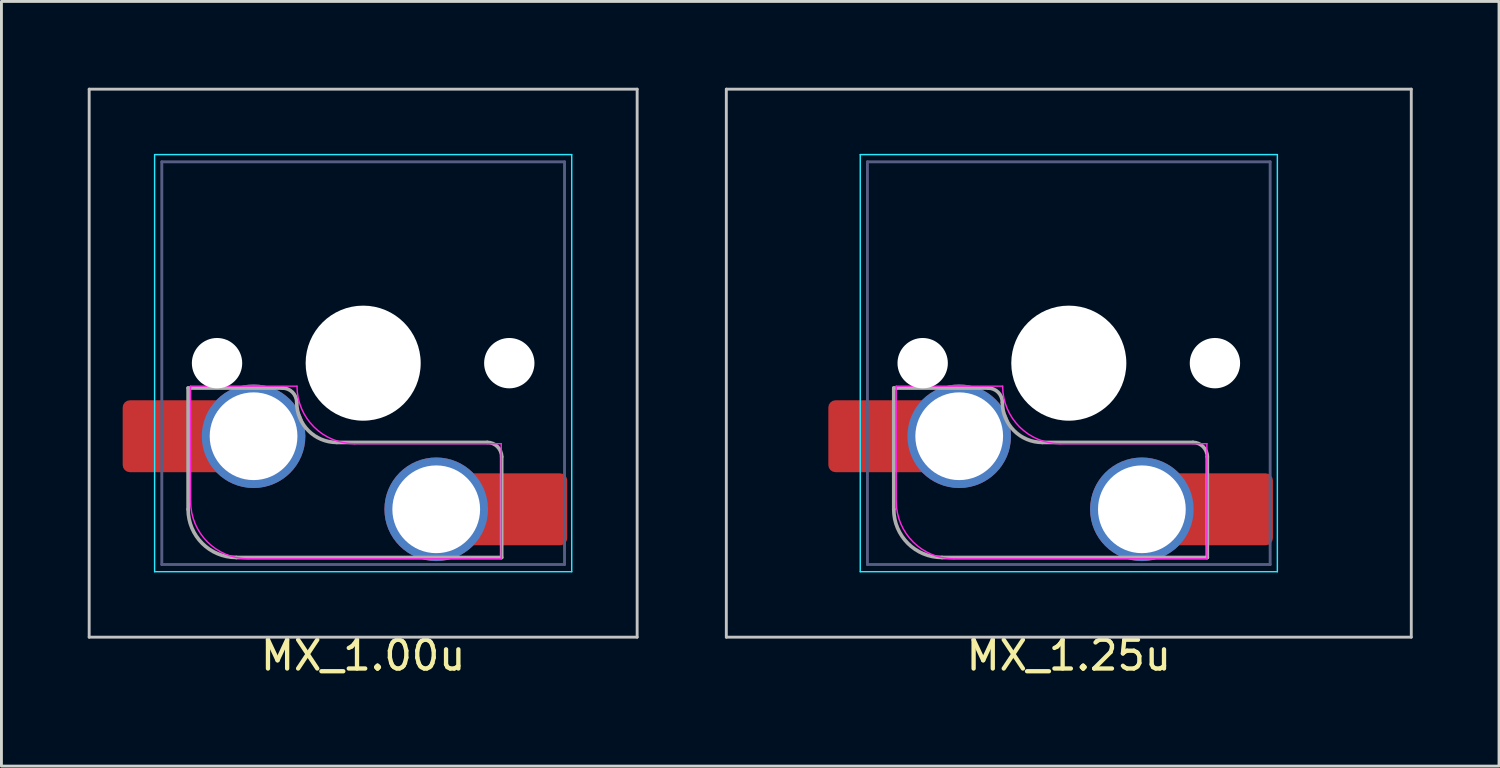
<source format=kicad_pcb>
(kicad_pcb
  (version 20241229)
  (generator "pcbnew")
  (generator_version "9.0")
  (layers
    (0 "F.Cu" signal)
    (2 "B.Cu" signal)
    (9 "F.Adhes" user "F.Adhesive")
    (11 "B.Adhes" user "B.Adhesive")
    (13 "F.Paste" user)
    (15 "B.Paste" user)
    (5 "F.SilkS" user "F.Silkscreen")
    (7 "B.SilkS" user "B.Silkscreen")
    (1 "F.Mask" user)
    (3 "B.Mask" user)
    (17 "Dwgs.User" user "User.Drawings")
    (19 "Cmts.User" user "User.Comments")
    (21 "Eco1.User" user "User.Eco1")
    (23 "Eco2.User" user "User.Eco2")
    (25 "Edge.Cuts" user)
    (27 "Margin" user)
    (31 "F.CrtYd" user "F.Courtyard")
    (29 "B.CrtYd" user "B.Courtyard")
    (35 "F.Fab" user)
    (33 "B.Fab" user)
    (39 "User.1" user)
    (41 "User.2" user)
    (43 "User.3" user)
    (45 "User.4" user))
  (footprint "MX_1.25u"
    (layer "F.Cu")
    (at 33.471 13.385)
    (property "Reference" "MX_1.25u" (at 0.635 6.35 0) (layer "F.SilkS") (effects (font (size 1 1) (thickness 0.15))))
    (attr smd)
    (fp_line (start -11.271 -13.335) (end -11.271 5.715) (stroke (width 0.1) (type solid)) (layer "Dwgs.User"))
    (fp_line (start -11.271 5.715) (end 12.541 5.715) (stroke (width 0.1) (type solid)) (layer "Dwgs.User"))
    (fp_line (start 12.541 -13.335) (end -11.271 -13.335) (stroke (width 0.1) (type solid)) (layer "Dwgs.User"))
    (fp_line (start 12.541 5.715) (end 12.541 -13.335) (stroke (width 0.1) (type solid)) (layer "Dwgs.User"))
    (fp_line (start -6.615 -11.06) (end -6.615 3.44) (stroke (width 0.05) (type solid)) (layer "B.CrtYd"))
    (fp_line (start -6.615 3.44) (end 7.885 3.44) (stroke (width 0.05) (type solid)) (layer "B.CrtYd"))
    (fp_line (start 7.885 -11.06) (end -6.615 -11.06) (stroke (width 0.05) (type solid)) (layer "B.CrtYd"))
    (fp_line (start 7.885 3.44) (end 7.885 -11.06) (stroke (width 0.05) (type solid)) (layer "B.CrtYd"))
    (fp_line (start -5.365 0.99) (end -5.365 -3.01) (stroke (width 0.05) (type solid)) (layer "F.CrtYd"))
    (fp_line (start -1.665 -3.01) (end -5.365 -3.01) (stroke (width 0.05) (type solid)) (layer "F.CrtYd"))
    (fp_line (start 5.435 -1.01) (end 0.335 -1.01) (stroke (width 0.05) (type solid)) (layer "F.CrtYd"))
    (fp_line (start 5.435 -1.01) (end 5.435 2.99) (stroke (width 0.05) (type solid)) (layer "F.CrtYd"))
    (fp_line (start 5.435 2.99) (end -3.365 2.99) (stroke (width 0.05) (type solid)) (layer "F.CrtYd"))
    (fp_arc (start -3.365 2.99) (mid -4.779214 2.404214) (end -5.365 0.99) (stroke (width 0.05) (type solid)) (layer "F.CrtYd"))
    (fp_arc (start 0.335 -1.01) (mid -1.079214 -1.595786) (end -1.665 -3.01) (stroke (width 0.05) (type solid)) (layer "F.CrtYd"))
    (fp_line (start -6.365 -10.81) (end -6.365 3.19) (stroke (width 0.1) (type solid)) (layer "B.Fab"))
    (fp_line (start -6.365 3.19) (end 7.635 3.19) (stroke (width 0.1) (type solid)) (layer "B.Fab"))
    (fp_line (start 7.635 -10.81) (end -6.365 -10.81) (stroke (width 0.1) (type solid)) (layer "B.Fab"))
    (fp_line (start 7.635 3.19) (end 7.635 -10.81) (stroke (width 0.1) (type solid)) (layer "B.Fab"))
    (fp_line (start -5.45 -2.945) (end -2.175 -2.945) (stroke (width 0.127) (type solid)) (layer "F.Fab"))
    (fp_line (start -5.45 1.27) (end -5.45 -2.945) (stroke (width 0.127) (type solid)) (layer "F.Fab"))
    (fp_line (start -0.285 -1.055) (end 4.95 -1.055) (stroke (width 0.127) (type solid)) (layer "F.Fab"))
    (fp_line (start 5.45 -0.555) (end 5.45 2.945) (stroke (width 0.127) (type solid)) (layer "F.Fab"))
    (fp_line (start 5.45 2.945) (end -3.775 2.945) (stroke (width 0.127) (type solid)) (layer "F.Fab"))
    (fp_arc (start -3.775 2.945) (mid -4.959404 2.454404) (end -5.45 1.27) (stroke (width 0.127) (type solid)) (layer "F.Fab"))
    (fp_arc (start -2.175 -2.945) (mid -1.821447 -2.798553) (end -1.675 -2.445) (stroke (width 0.127) (type solid)) (layer "F.Fab"))
    (fp_arc (start -0.285 -1.055) (mid -1.267878 -1.462122) (end -1.675 -2.445) (stroke (width 0.127) (type solid)) (layer "F.Fab"))
    (fp_arc (start 4.95 -1.055) (mid 5.303553 -0.908553) (end 5.45 -0.555) (stroke (width 0.127) (type solid)) (layer "F.Fab"))
    (pad "" np_thru_hole circle (at -4.445 -3.81 180) (size 1.75 1.75) (drill 1.75) (layers "*.Cu" "*.Mask"))
    (pad "" np_thru_hole circle (at 0.635 -3.81 180) (size 4 4) (drill 4) (layers "*.Cu" "*.Mask"))
    (pad "" np_thru_hole circle (at 5.715 -3.81 180) (size 1.75 1.75) (drill 1.75) (layers "*.Cu" "*.Mask"))
    (pad "1" smd roundrect (at -5.95 -1.27 180) (size 3.55 2.5) (layers "F.Cu") (roundrect_rratio 0.1))
    (pad "1" thru_hole circle (at -3.175 -1.27 180) (size 3.6 3.6) (drill 3.05) (layers "*.Cu" "*.Mask"))
    (pad "2" thru_hole circle (at 3.175 1.27 180) (size 3.6 3.6) (drill 3.05) (layers "*.Cu" "*.Mask"))
    (pad "2" smd roundrect (at 5.955 1.27 180) (size 3.55 2.5) (layers "F.Cu") (roundrect_rratio 0.1)))
  (footprint "MX_1.00u"
    (layer "F.Cu")
    (at 8.94 13.385)
    (property "Reference" "MX_1.00u" (at 0.635 6.35 0) (layer "F.SilkS") (effects (font (size 1 1) (thickness 0.15))))
    (attr smd)
    (fp_line (start -8.89 -13.335) (end -8.89 5.715) (stroke (width 0.1) (type solid)) (layer "Dwgs.User"))
    (fp_line (start -8.89 5.715) (end 10.16 5.715) (stroke (width 0.1) (type solid)) (layer "Dwgs.User"))
    (fp_line (start 10.16 -13.335) (end -8.89 -13.335) (stroke (width 0.1) (type solid)) (layer "Dwgs.User"))
    (fp_line (start 10.16 5.715) (end 10.16 -13.335) (stroke (width 0.1) (type solid)) (layer "Dwgs.User"))
    (fp_line (start -6.615 -11.06) (end -6.615 3.44) (stroke (width 0.05) (type solid)) (layer "B.CrtYd"))
    (fp_line (start -6.615 3.44) (end 7.885 3.44) (stroke (width 0.05) (type solid)) (layer "B.CrtYd"))
    (fp_line (start 7.885 -11.06) (end -6.615 -11.06) (stroke (width 0.05) (type solid)) (layer "B.CrtYd"))
    (fp_line (start 7.885 3.44) (end 7.885 -11.06) (stroke (width 0.05) (type solid)) (layer "B.CrtYd"))
    (fp_line (start -5.365 0.99) (end -5.365 -3.01) (stroke (width 0.05) (type solid)) (layer "F.CrtYd"))
    (fp_line (start -1.665 -3.01) (end -5.365 -3.01) (stroke (width 0.05) (type solid)) (layer "F.CrtYd"))
    (fp_line (start 5.435 -1.01) (end 0.335 -1.01) (stroke (width 0.05) (type solid)) (layer "F.CrtYd"))
    (fp_line (start 5.435 -1.01) (end 5.435 2.99) (stroke (width 0.05) (type solid)) (layer "F.CrtYd"))
    (fp_line (start 5.435 2.99) (end -3.365 2.99) (stroke (width 0.05) (type solid)) (layer "F.CrtYd"))
    (fp_arc (start -3.365 2.99) (mid -4.779214 2.404214) (end -5.365 0.99) (stroke (width 0.05) (type solid)) (layer "F.CrtYd"))
    (fp_arc (start 0.335 -1.01) (mid -1.079214 -1.595786) (end -1.665 -3.01) (stroke (width 0.05) (type solid)) (layer "F.CrtYd"))
    (fp_line (start -6.365 -10.81) (end -6.365 3.19) (stroke (width 0.1) (type solid)) (layer "B.Fab"))
    (fp_line (start -6.365 3.19) (end 7.635 3.19) (stroke (width 0.1) (type solid)) (layer "B.Fab"))
    (fp_line (start 7.635 -10.81) (end -6.365 -10.81) (stroke (width 0.1) (type solid)) (layer "B.Fab"))
    (fp_line (start 7.635 3.19) (end 7.635 -10.81) (stroke (width 0.1) (type solid)) (layer "B.Fab"))
    (fp_line (start -5.45 -2.945) (end -2.175 -2.945) (stroke (width 0.127) (type solid)) (layer "F.Fab"))
    (fp_line (start -5.45 1.27) (end -5.45 -2.945) (stroke (width 0.127) (type solid)) (layer "F.Fab"))
    (fp_line (start -0.285 -1.055) (end 4.95 -1.055) (stroke (width 0.127) (type solid)) (layer "F.Fab"))
    (fp_line (start 5.45 -0.555) (end 5.45 2.945) (stroke (width 0.127) (type solid)) (layer "F.Fab"))
    (fp_line (start 5.45 2.945) (end -3.775 2.945) (stroke (width 0.127) (type solid)) (layer "F.Fab"))
    (fp_arc (start -3.775 2.945) (mid -4.959404 2.454404) (end -5.45 1.27) (stroke (width 0.127) (type solid)) (layer "F.Fab"))
    (fp_arc (start -2.175 -2.945) (mid -1.821447 -2.798553) (end -1.675 -2.445) (stroke (width 0.127) (type solid)) (layer "F.Fab"))
    (fp_arc (start -0.285 -1.055) (mid -1.267878 -1.462122) (end -1.675 -2.445) (stroke (width 0.127) (type solid)) (layer "F.Fab"))
    (fp_arc (start 4.95 -1.055) (mid 5.303553 -0.908553) (end 5.45 -0.555) (stroke (width 0.127) (type solid)) (layer "F.Fab"))
    (pad "" np_thru_hole circle (at -4.445 -3.81 180) (size 1.75 1.75) (drill 1.75) (layers "*.Cu" "*.Mask"))
    (pad "" np_thru_hole circle (at 0.635 -3.81 180) (size 4 4) (drill 4) (layers "*.Cu" "*.Mask"))
    (pad "" np_thru_hole circle (at 5.715 -3.81 180) (size 1.75 1.75) (drill 1.75) (layers "*.Cu" "*.Mask"))
    (pad "1" smd roundrect (at -5.95 -1.27 180) (size 3.55 2.5) (layers "F.Cu") (roundrect_rratio 0.1))
    (pad "1" thru_hole circle (at -3.175 -1.27 180) (size 3.6 3.6) (drill 3.05) (layers "*.Cu" "*.Mask"))
    (pad "2" thru_hole circle (at 3.175 1.27 180) (size 3.6 3.6) (drill 3.05) (layers "*.Cu" "*.Mask"))
    (pad "2" smd roundrect (at 5.955 1.27 180) (size 3.55 2.5) (layers "F.Cu") (roundrect_rratio 0.1)))
  (gr_rect
    (start -3 -3)
    (end 49.062 23.583)
    (stroke (width 0.1) (type default))
    (fill no)
    (layer "Edge.Cuts")))
</source>
